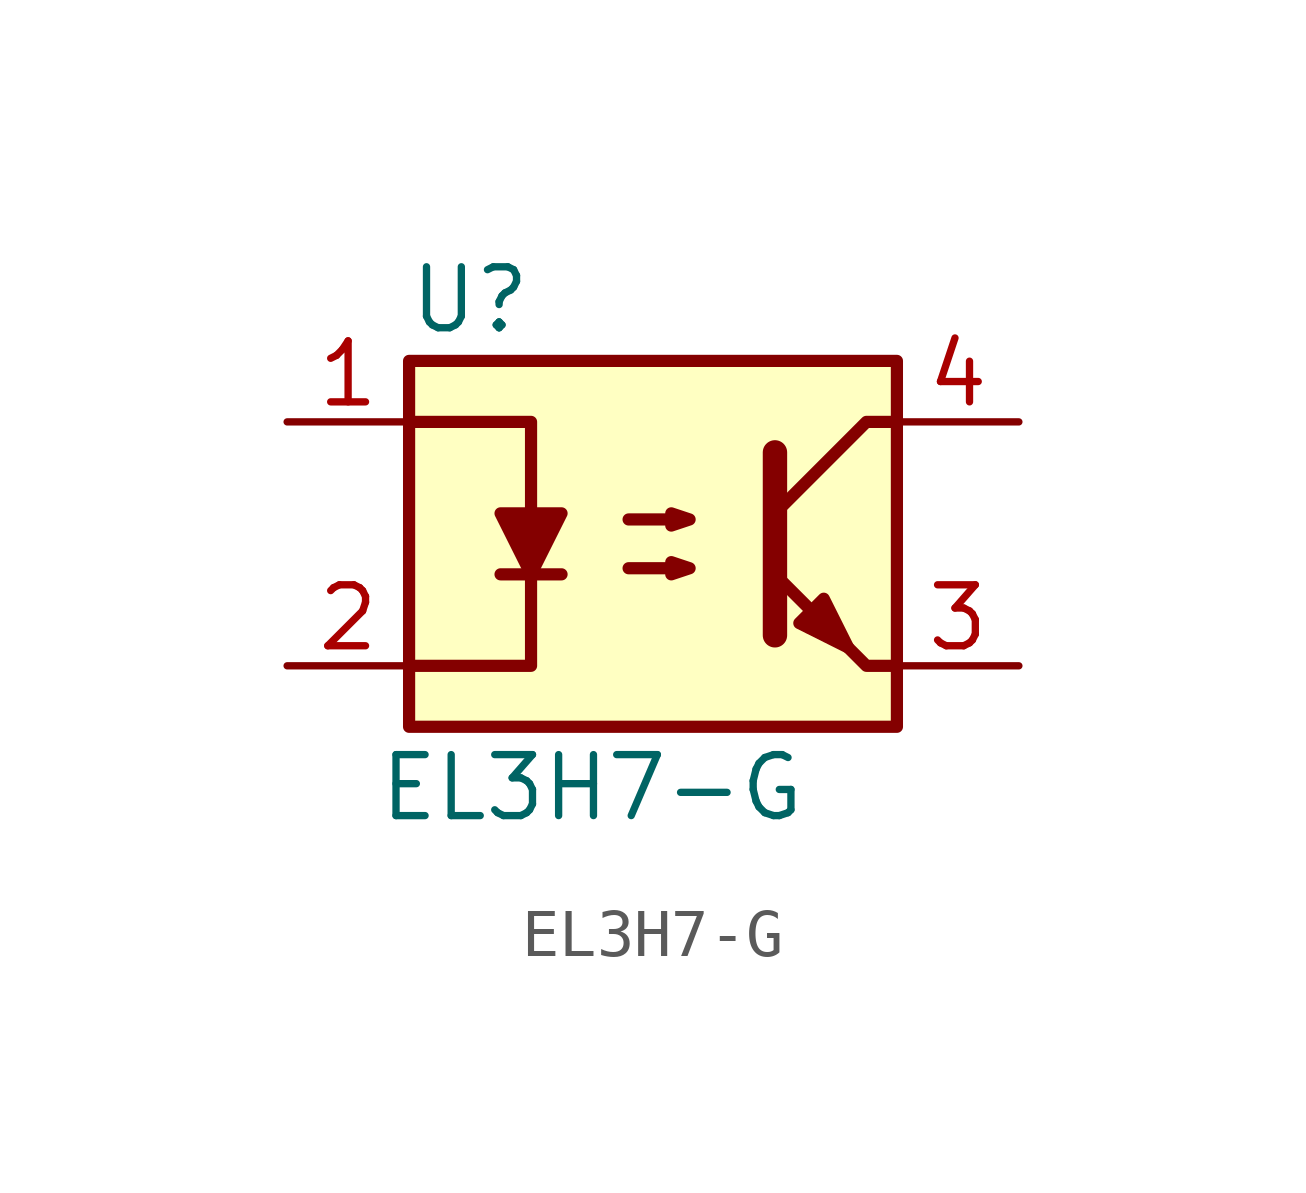
<source format=kicad_sym>
(kicad_symbol_lib
  (version 20211014)
  (generator kicad_symbol_editor)
  (symbol "EL3H7-G"
    (pin_names
      (offset 1.016))
    (property "Reference" "U"
      (at -3.81 5.08 0)
      (effects (font (size 1.27 1.27))))
    (property "Value" "EL3H7-G"
      (at -1.27 -5.08 0)
      (effects (font (size 1.27 1.27))))
    (symbol "EL3H7-G_1_1"
      (rectangle (start -5.08 3.81) (end 5.08 -3.81) (stroke (width 0.254) (type default) (color 0 0 0 0)) (fill (type background)))
      (polyline (pts (xy -3.175 -0.635) (xy -1.905 -0.635)) (stroke (width 0.254) (type default) (color 0 0 0 0)) (fill (type none)))
      (polyline (pts (xy 2.54 1.905) (xy 2.54 -1.905) (xy 2.54 -1.905)) (stroke (width 0.508) (type default) (color 0 0 0 0)) (fill (type none)))
      (polyline (pts (xy 5.08 -2.54) (xy 4.445 -2.54) (xy 2.54 -0.635)) (stroke (width 0.254) (type default) (color 0 0 0 0)) (fill (type none)))
      (polyline (pts (xy 5.08 2.54) (xy 4.445 2.54) (xy 2.54 0.635)) (stroke (width 0.254) (type default) (color 0 0 0 0)) (fill (type none)))
      (polyline (pts (xy -5.08 -2.54) (xy -2.54 -2.54) (xy -2.54 2.54) (xy -5.08 2.54)) (stroke (width 0.254) (type default) (color 0 0 0 0)) (fill (type none)))
      (polyline (pts (xy -2.54 -0.635) (xy -3.175 0.635) (xy -1.905 0.635) (xy -2.54 -0.635)) (stroke (width 0.254) (type default) (color 0 0 0 0)) (fill (type outline)))
      (polyline (pts (xy -0.508 -0.508) (xy 0.762 -0.508) (xy 0.381 -0.635) (xy 0.381 -0.381) (xy 0.762 -0.508)) (stroke (width 0.254) (type default) (color 0 0 0 0)) (fill (type none)))
      (polyline (pts (xy -0.508 0.508) (xy 0.762 0.508) (xy 0.381 0.381) (xy 0.381 0.635) (xy 0.762 0.508)) (stroke (width 0.254) (type default) (color 0 0 0 0)) (fill (type none)))
      (polyline (pts (xy 3.048 -1.651) (xy 3.556 -1.143) (xy 4.064 -2.159) (xy 3.048 -1.651) (xy 3.048 -1.651)) (stroke (width 0.254) (type default) (color 0 0 0 0)) (fill (type outline)))
      (pin passive line (at -7.62 2.54 0) (length 2.54) (name "~" (effects (font (size 1.27 1.27)))) (number "1" (effects (font (size 1.27 1.27)))))
      (pin passive line (at -7.62 -2.54 0) (length 2.54) (name "~" (effects (font (size 1.27 1.27)))) (number "2" (effects (font (size 1.27 1.27)))))
      (pin passive line (at 7.62 -2.54 180) (length 2.54) (name "~" (effects (font (size 1.27 1.27)))) (number "3" (effects (font (size 1.27 1.27)))))
      (pin passive line (at 7.62 2.54 180) (length 2.54) (name "~" (effects (font (size 1.27 1.27)))) (number "4" (effects (font (size 1.27 1.27))))))))
</source>
